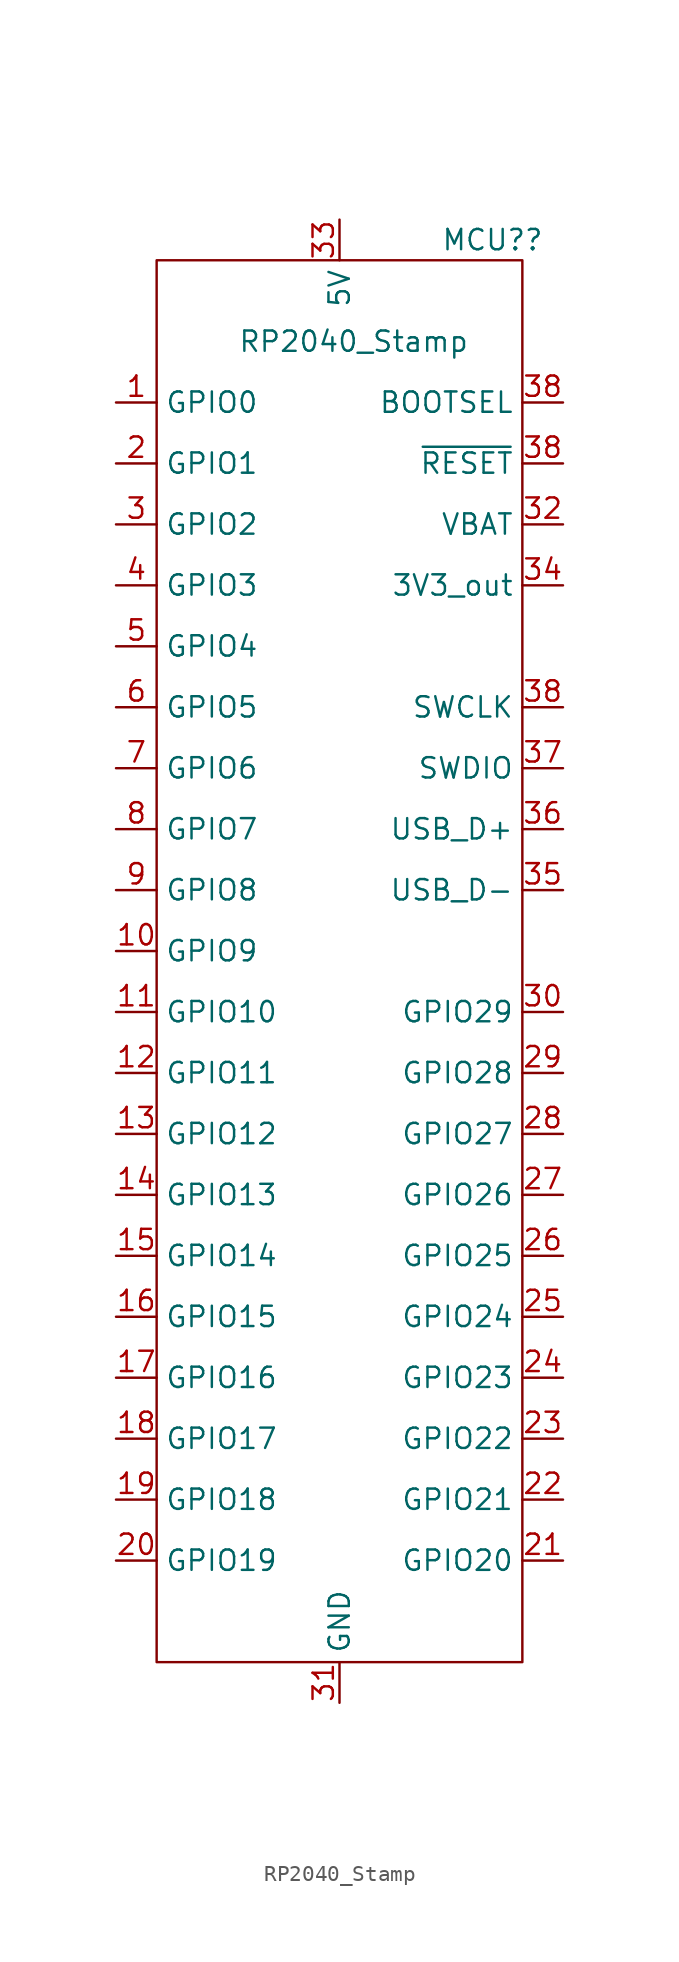
<source format=kicad_sym>
(kicad_symbol_lib
  (version 20201005)
  (generator kicad_symbol_editor)
  (symbol "SP_RP2040_Stamp:RP2040_Stamp"
    (property "Reference" "MCU?"
      (at 6.35 40.64 0)
      (effects (font (size 1.27 1.27)) (justify left)))
    (property "Value" "RP2040_Stamp"
      (at -6.35 34.29 0)
      (effects (font (size 1.27 1.27)) (justify left)))
    (symbol "RP2040_Stamp_0_1"
      (rectangle (start -11.43 39.37) (end 11.43 -48.26) (stroke (width 0.152)) (fill (type none))))
    (symbol "RP2040_Stamp_1_1"
      (pin bidirectional line (at -13.97 30.48 0) (length 2.54) (name "GPIO0" (effects (font (size 1.27 1.27)))) (number "1" (effects (font (size 1.27 1.27)))))
      (pin bidirectional line (at -13.97 -3.81 0) (length 2.54) (name "GPIO9" (effects (font (size 1.27 1.27)))) (number "10" (effects (font (size 1.27 1.27)))))
      (pin bidirectional line (at -13.97 -7.62 0) (length 2.54) (name "GPIO10" (effects (font (size 1.27 1.27)))) (number "11" (effects (font (size 1.27 1.27)))))
      (pin bidirectional line (at -13.97 -11.43 0) (length 2.54) (name "GPIO11" (effects (font (size 1.27 1.27)))) (number "12" (effects (font (size 1.27 1.27)))))
      (pin bidirectional line (at -13.97 -15.24 0) (length 2.54) (name "GPIO12" (effects (font (size 1.27 1.27)))) (number "13" (effects (font (size 1.27 1.27)))))
      (pin bidirectional line (at -13.97 -19.05 0) (length 2.54) (name "GPIO13" (effects (font (size 1.27 1.27)))) (number "14" (effects (font (size 1.27 1.27)))))
      (pin bidirectional line (at -13.97 -22.86 0) (length 2.54) (name "GPIO14" (effects (font (size 1.27 1.27)))) (number "15" (effects (font (size 1.27 1.27)))))
      (pin bidirectional line (at -13.97 -26.67 0) (length 2.54) (name "GPIO15" (effects (font (size 1.27 1.27)))) (number "16" (effects (font (size 1.27 1.27)))))
      (pin bidirectional line (at -13.97 -30.48 0) (length 2.54) (name "GPIO16" (effects (font (size 1.27 1.27)))) (number "17" (effects (font (size 1.27 1.27)))))
      (pin bidirectional line (at -13.97 -34.29 0) (length 2.54) (name "GPIO17" (effects (font (size 1.27 1.27)))) (number "18" (effects (font (size 1.27 1.27)))))
      (pin bidirectional line (at -13.97 -38.1 0) (length 2.54) (name "GPIO18" (effects (font (size 1.27 1.27)))) (number "19" (effects (font (size 1.27 1.27)))))
      (pin bidirectional line (at -13.97 26.67 0) (length 2.54) (name "GPIO1" (effects (font (size 1.27 1.27)))) (number "2" (effects (font (size 1.27 1.27)))))
      (pin bidirectional line (at -13.97 -41.91 0) (length 2.54) (name "GPIO19" (effects (font (size 1.27 1.27)))) (number "20" (effects (font (size 1.27 1.27)))))
      (pin bidirectional line (at 13.97 -41.91 180) (length 2.54) (name "GPIO20" (effects (font (size 1.27 1.27)))) (number "21" (effects (font (size 1.27 1.27)))))
      (pin bidirectional line (at 13.97 -38.1 180) (length 2.54) (name "GPIO21" (effects (font (size 1.27 1.27)))) (number "22" (effects (font (size 1.27 1.27)))))
      (pin bidirectional line (at 13.97 -34.29 180) (length 2.54) (name "GPIO22" (effects (font (size 1.27 1.27)))) (number "23" (effects (font (size 1.27 1.27)))))
      (pin bidirectional line (at 13.97 -30.48 180) (length 2.54) (name "GPIO23" (effects (font (size 1.27 1.27)))) (number "24" (effects (font (size 1.27 1.27)))))
      (pin bidirectional line (at 13.97 -26.67 180) (length 2.54) (name "GPIO24" (effects (font (size 1.27 1.27)))) (number "25" (effects (font (size 1.27 1.27)))))
      (pin bidirectional line (at 13.97 -22.86 180) (length 2.54) (name "GPIO25" (effects (font (size 1.27 1.27)))) (number "26" (effects (font (size 1.27 1.27)))))
      (pin bidirectional line (at 13.97 -19.05 180) (length 2.54) (name "GPIO26" (effects (font (size 1.27 1.27)))) (number "27" (effects (font (size 1.27 1.27)))))
      (pin bidirectional line (at 13.97 -15.24 180) (length 2.54) (name "GPIO27" (effects (font (size 1.27 1.27)))) (number "28" (effects (font (size 1.27 1.27)))))
      (pin bidirectional line (at 13.97 -11.43 180) (length 2.54) (name "GPIO28" (effects (font (size 1.27 1.27)))) (number "29" (effects (font (size 1.27 1.27)))))
      (pin bidirectional line (at -13.97 22.86 0) (length 2.54) (name "GPIO2" (effects (font (size 1.27 1.27)))) (number "3" (effects (font (size 1.27 1.27)))))
      (pin bidirectional line (at 13.97 -7.62 180) (length 2.54) (name "GPIO29" (effects (font (size 1.27 1.27)))) (number "30" (effects (font (size 1.27 1.27)))))
      (pin bidirectional line (at 0 -50.8 90) (length 2.54) (name "GND" (effects (font (size 1.27 1.27)))) (number "31" (effects (font (size 1.27 1.27)))))
      (pin power_in line (at 13.97 22.86 180) (length 2.54) (name "VBAT" (effects (font (size 1.27 1.27)))) (number "32" (effects (font (size 1.27 1.27)))))
      (pin power_in line (at 0 41.91 270) (length 2.54) (name "5V" (effects (font (size 1.27 1.27)))) (number "33" (effects (font (size 1.27 1.27)))))
      (pin power_out line (at 13.97 19.05 180) (length 2.54) (name "3V3_out" (effects (font (size 1.27 1.27)))) (number "34" (effects (font (size 1.27 1.27)))))
      (pin bidirectional line (at 13.97 0 180) (length 2.54) (name "USB_D-" (effects (font (size 1.27 1.27)))) (number "35" (effects (font (size 1.27 1.27)))))
      (pin bidirectional line (at 13.97 3.81 180) (length 2.54) (name "USB_D+" (effects (font (size 1.27 1.27)))) (number "36" (effects (font (size 1.27 1.27)))))
      (pin bidirectional line (at 13.97 7.62 180) (length 2.54) (name "SWDIO" (effects (font (size 1.27 1.27)))) (number "37" (effects (font (size 1.27 1.27)))))
      (pin input line (at 13.97 30.48 180) (length 2.54) (name "BOOTSEL" (effects (font (size 1.27 1.27)))) (number "38" (effects (font (size 1.27 1.27)))))
      (pin bidirectional line (at 13.97 11.43 180) (length 2.54) (name "SWCLK" (effects (font (size 1.27 1.27)))) (number "38" (effects (font (size 1.27 1.27)))))
      (pin bidirectional line (at 13.97 26.67 180) (length 2.54) (name "~RESET" (effects (font (size 1.27 1.27)))) (number "38" (effects (font (size 1.27 1.27)))))
      (pin bidirectional line (at -13.97 19.05 0) (length 2.54) (name "GPIO3" (effects (font (size 1.27 1.27)))) (number "4" (effects (font (size 1.27 1.27)))))
      (pin bidirectional line (at -13.97 15.24 0) (length 2.54) (name "GPIO4" (effects (font (size 1.27 1.27)))) (number "5" (effects (font (size 1.27 1.27)))))
      (pin bidirectional line (at -13.97 11.43 0) (length 2.54) (name "GPIO5" (effects (font (size 1.27 1.27)))) (number "6" (effects (font (size 1.27 1.27)))))
      (pin bidirectional line (at -13.97 7.62 0) (length 2.54) (name "GPIO6" (effects (font (size 1.27 1.27)))) (number "7" (effects (font (size 1.27 1.27)))))
      (pin bidirectional line (at -13.97 3.81 0) (length 2.54) (name "GPIO7" (effects (font (size 1.27 1.27)))) (number "8" (effects (font (size 1.27 1.27)))))
      (pin bidirectional line (at -13.97 0 0) (length 2.54) (name "GPIO8" (effects (font (size 1.27 1.27)))) (number "9" (effects (font (size 1.27 1.27))))))))
</source>
